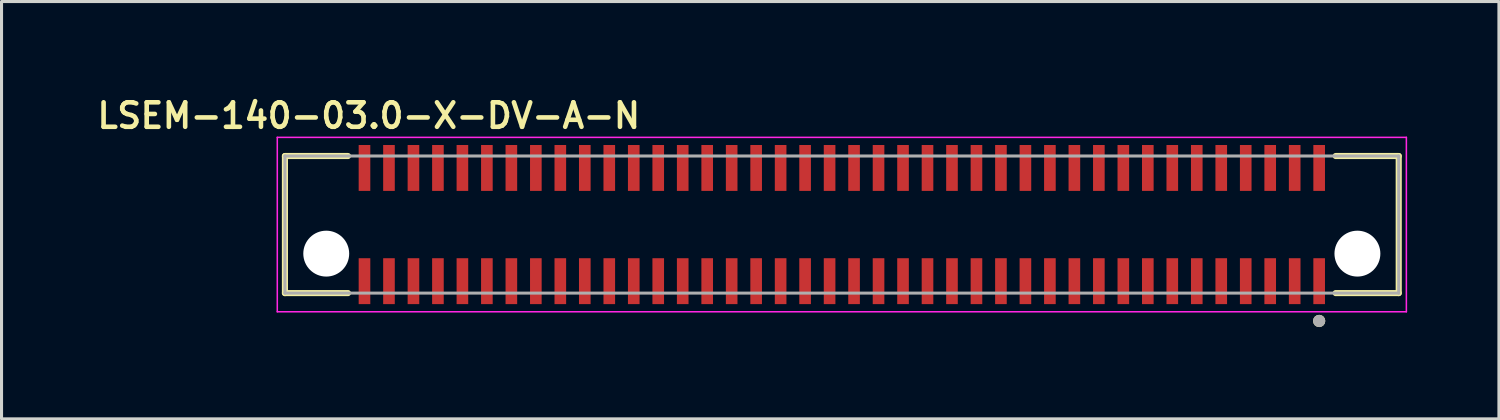
<source format=kicad_pcb>
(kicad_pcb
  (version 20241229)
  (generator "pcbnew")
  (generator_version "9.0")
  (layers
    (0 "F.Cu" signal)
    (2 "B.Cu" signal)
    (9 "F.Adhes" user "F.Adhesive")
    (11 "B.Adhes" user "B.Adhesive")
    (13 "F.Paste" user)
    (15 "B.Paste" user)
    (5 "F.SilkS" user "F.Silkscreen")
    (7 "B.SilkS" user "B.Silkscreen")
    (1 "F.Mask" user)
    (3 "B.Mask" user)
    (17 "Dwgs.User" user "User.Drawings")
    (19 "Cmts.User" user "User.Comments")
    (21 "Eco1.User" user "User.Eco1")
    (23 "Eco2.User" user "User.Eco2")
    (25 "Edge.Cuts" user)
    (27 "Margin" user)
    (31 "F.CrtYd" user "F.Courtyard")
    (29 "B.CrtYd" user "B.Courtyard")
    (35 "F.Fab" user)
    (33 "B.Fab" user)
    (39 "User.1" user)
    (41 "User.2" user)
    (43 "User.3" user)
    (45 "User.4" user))
  (footprint "LSEM-140-03.0-X-DV-A-N"
    (layer "F.Cu")
    (at 24.462 5.239)
    (property "Reference" "LSEM-140-03.0-X-DV-A-N" (at -15.46 -4.508 0) (layer "F.SilkS") (effects (font (size 0.8 0.8) (thickness 0.15))))
    (attr smd)
    (fp_line (start -18.2 -3.19) (end -18.2 1.29) (stroke (width 0.2) (type solid)) (layer "F.SilkS"))
    (fp_line (start -18.2 1.29) (end -16.14 1.29) (stroke (width 0.2) (type solid)) (layer "F.SilkS"))
    (fp_line (start -16.14 -3.19) (end -18.2 -3.19) (stroke (width 0.2) (type solid)) (layer "F.SilkS"))
    (fp_line (start 16.14 -3.19) (end 18.2 -3.19) (stroke (width 0.2) (type solid)) (layer "F.SilkS"))
    (fp_line (start 18.2 -3.19) (end 18.2 1.29) (stroke (width 0.2) (type solid)) (layer "F.SilkS"))
    (fp_line (start 18.2 1.29) (end 16.14 1.29) (stroke (width 0.2) (type solid)) (layer "F.SilkS"))
    (fp_circle (center 15.6 2.2) (end 15.7 2.2) (stroke (width 0.2) (type solid)) (fill no) (layer "F.SilkS"))
    (fp_line (start -18.45 -3.8) (end -18.45 1.9) (stroke (width 0.05) (type solid)) (layer "F.CrtYd"))
    (fp_line (start -18.45 1.9) (end 18.45 1.9) (stroke (width 0.05) (type solid)) (layer "F.CrtYd"))
    (fp_line (start 18.45 -3.8) (end -18.45 -3.8) (stroke (width 0.05) (type solid)) (layer "F.CrtYd"))
    (fp_line (start 18.45 1.9) (end 18.45 -3.8) (stroke (width 0.05) (type solid)) (layer "F.CrtYd"))
    (fp_line (start -18.2 -3.19) (end -18.2 1.29) (stroke (width 0.1) (type solid)) (layer "F.Fab"))
    (fp_line (start -18.2 1.29) (end 18.2 1.29) (stroke (width 0.1) (type solid)) (layer "F.Fab"))
    (fp_line (start 18.2 -3.19) (end -18.2 -3.19) (stroke (width 0.1) (type solid)) (layer "F.Fab"))
    (fp_line (start 18.2 1.29) (end 18.2 -3.19) (stroke (width 0.1) (type solid)) (layer "F.Fab"))
    (fp_circle (center 15.6 2.2) (end 15.7 2.2) (stroke (width 0.2) (type solid)) (fill no) (layer "F.Fab"))
    (pad "" np_thru_hole circle (at -16.85 0) (size 1.5 1.5) (drill 1.5) (layers "*.Cu" "*.Mask"))
    (pad "" np_thru_hole circle (at 16.85 0) (size 1.5 1.5) (drill 1.5) (layers "*.Cu" "*.Mask"))
    (pad "1" smd rect (at 15.6 0.9) (size 0.38 1.5) (layers "F.Cu" "F.Mask" "F.Paste"))
    (pad "2" smd rect (at 15.6 -2.8) (size 0.38 1.5) (layers "F.Cu" "F.Mask" "F.Paste"))
    (pad "3" smd rect (at 14.8 0.9) (size 0.38 1.5) (layers "F.Cu" "F.Mask" "F.Paste"))
    (pad "4" smd rect (at 14.8 -2.8) (size 0.38 1.5) (layers "F.Cu" "F.Mask" "F.Paste"))
    (pad "5" smd rect (at 14 0.9) (size 0.38 1.5) (layers "F.Cu" "F.Mask" "F.Paste"))
    (pad "6" smd rect (at 14 -2.8) (size 0.38 1.5) (layers "F.Cu" "F.Mask" "F.Paste"))
    (pad "7" smd rect (at 13.2 0.9) (size 0.38 1.5) (layers "F.Cu" "F.Mask" "F.Paste"))
    (pad "8" smd rect (at 13.2 -2.8) (size 0.38 1.5) (layers "F.Cu" "F.Mask" "F.Paste"))
    (pad "9" smd rect (at 12.4 0.9) (size 0.38 1.5) (layers "F.Cu" "F.Mask" "F.Paste"))
    (pad "10" smd rect (at 12.4 -2.8) (size 0.38 1.5) (layers "F.Cu" "F.Mask" "F.Paste"))
    (pad "11" smd rect (at 11.6 0.9) (size 0.38 1.5) (layers "F.Cu" "F.Mask" "F.Paste"))
    (pad "12" smd rect (at 11.6 -2.8) (size 0.38 1.5) (layers "F.Cu" "F.Mask" "F.Paste"))
    (pad "13" smd rect (at 10.8 0.9) (size 0.38 1.5) (layers "F.Cu" "F.Mask" "F.Paste"))
    (pad "14" smd rect (at 10.8 -2.8) (size 0.38 1.5) (layers "F.Cu" "F.Mask" "F.Paste"))
    (pad "15" smd rect (at 10 0.9) (size 0.38 1.5) (layers "F.Cu" "F.Mask" "F.Paste"))
    (pad "16" smd rect (at 10 -2.8) (size 0.38 1.5) (layers "F.Cu" "F.Mask" "F.Paste"))
    (pad "17" smd rect (at 9.2 0.9) (size 0.38 1.5) (layers "F.Cu" "F.Mask" "F.Paste"))
    (pad "18" smd rect (at 9.2 -2.8) (size 0.38 1.5) (layers "F.Cu" "F.Mask" "F.Paste"))
    (pad "19" smd rect (at 8.4 0.9) (size 0.38 1.5) (layers "F.Cu" "F.Mask" "F.Paste"))
    (pad "20" smd rect (at 8.4 -2.8) (size 0.38 1.5) (layers "F.Cu" "F.Mask" "F.Paste"))
    (pad "21" smd rect (at 7.6 0.9) (size 0.38 1.5) (layers "F.Cu" "F.Mask" "F.Paste"))
    (pad "22" smd rect (at 7.6 -2.8) (size 0.38 1.5) (layers "F.Cu" "F.Mask" "F.Paste"))
    (pad "23" smd rect (at 6.8 0.9) (size 0.38 1.5) (layers "F.Cu" "F.Mask" "F.Paste"))
    (pad "24" smd rect (at 6.8 -2.8) (size 0.38 1.5) (layers "F.Cu" "F.Mask" "F.Paste"))
    (pad "25" smd rect (at 6 0.9) (size 0.38 1.5) (layers "F.Cu" "F.Mask" "F.Paste"))
    (pad "26" smd rect (at 6 -2.8) (size 0.38 1.5) (layers "F.Cu" "F.Mask" "F.Paste"))
    (pad "27" smd rect (at 5.2 0.9) (size 0.38 1.5) (layers "F.Cu" "F.Mask" "F.Paste"))
    (pad "28" smd rect (at 5.2 -2.8) (size 0.38 1.5) (layers "F.Cu" "F.Mask" "F.Paste"))
    (pad "29" smd rect (at 4.4 0.9) (size 0.38 1.5) (layers "F.Cu" "F.Mask" "F.Paste"))
    (pad "30" smd rect (at 4.4 -2.8) (size 0.38 1.5) (layers "F.Cu" "F.Mask" "F.Paste"))
    (pad "31" smd rect (at 3.6 0.9) (size 0.38 1.5) (layers "F.Cu" "F.Mask" "F.Paste"))
    (pad "32" smd rect (at 3.6 -2.8) (size 0.38 1.5) (layers "F.Cu" "F.Mask" "F.Paste"))
    (pad "33" smd rect (at 2.8 0.9) (size 0.38 1.5) (layers "F.Cu" "F.Mask" "F.Paste"))
    (pad "34" smd rect (at 2.8 -2.8) (size 0.38 1.5) (layers "F.Cu" "F.Mask" "F.Paste"))
    (pad "35" smd rect (at 2 0.9) (size 0.38 1.5) (layers "F.Cu" "F.Mask" "F.Paste"))
    (pad "36" smd rect (at 2 -2.8) (size 0.38 1.5) (layers "F.Cu" "F.Mask" "F.Paste"))
    (pad "37" smd rect (at 1.2 0.9) (size 0.38 1.5) (layers "F.Cu" "F.Mask" "F.Paste"))
    (pad "38" smd rect (at 1.2 -2.8) (size 0.38 1.5) (layers "F.Cu" "F.Mask" "F.Paste"))
    (pad "39" smd rect (at 0.4 0.9) (size 0.38 1.5) (layers "F.Cu" "F.Mask" "F.Paste"))
    (pad "40" smd rect (at 0.4 -2.8) (size 0.38 1.5) (layers "F.Cu" "F.Mask" "F.Paste"))
    (pad "41" smd rect (at -0.4 0.9) (size 0.38 1.5) (layers "F.Cu" "F.Mask" "F.Paste"))
    (pad "42" smd rect (at -0.4 -2.8) (size 0.38 1.5) (layers "F.Cu" "F.Mask" "F.Paste"))
    (pad "43" smd rect (at -1.2 0.9) (size 0.38 1.5) (layers "F.Cu" "F.Mask" "F.Paste"))
    (pad "44" smd rect (at -1.2 -2.8) (size 0.38 1.5) (layers "F.Cu" "F.Mask" "F.Paste"))
    (pad "45" smd rect (at -2 0.9) (size 0.38 1.5) (layers "F.Cu" "F.Mask" "F.Paste"))
    (pad "46" smd rect (at -2 -2.8) (size 0.38 1.5) (layers "F.Cu" "F.Mask" "F.Paste"))
    (pad "47" smd rect (at -2.8 0.9) (size 0.38 1.5) (layers "F.Cu" "F.Mask" "F.Paste"))
    (pad "48" smd rect (at -2.8 -2.8) (size 0.38 1.5) (layers "F.Cu" "F.Mask" "F.Paste"))
    (pad "49" smd rect (at -3.6 0.9) (size 0.38 1.5) (layers "F.Cu" "F.Mask" "F.Paste"))
    (pad "50" smd rect (at -3.6 -2.8) (size 0.38 1.5) (layers "F.Cu" "F.Mask" "F.Paste"))
    (pad "51" smd rect (at -4.4 0.9) (size 0.38 1.5) (layers "F.Cu" "F.Mask" "F.Paste"))
    (pad "52" smd rect (at -4.4 -2.8) (size 0.38 1.5) (layers "F.Cu" "F.Mask" "F.Paste"))
    (pad "53" smd rect (at -5.2 0.9) (size 0.38 1.5) (layers "F.Cu" "F.Mask" "F.Paste"))
    (pad "54" smd rect (at -5.2 -2.8) (size 0.38 1.5) (layers "F.Cu" "F.Mask" "F.Paste"))
    (pad "55" smd rect (at -6 0.9) (size 0.38 1.5) (layers "F.Cu" "F.Mask" "F.Paste"))
    (pad "56" smd rect (at -6 -2.8) (size 0.38 1.5) (layers "F.Cu" "F.Mask" "F.Paste"))
    (pad "57" smd rect (at -6.8 0.9) (size 0.38 1.5) (layers "F.Cu" "F.Mask" "F.Paste"))
    (pad "58" smd rect (at -6.8 -2.8) (size 0.38 1.5) (layers "F.Cu" "F.Mask" "F.Paste"))
    (pad "59" smd rect (at -7.6 0.9) (size 0.38 1.5) (layers "F.Cu" "F.Mask" "F.Paste"))
    (pad "60" smd rect (at -7.6 -2.8) (size 0.38 1.5) (layers "F.Cu" "F.Mask" "F.Paste"))
    (pad "61" smd rect (at -8.4 0.9) (size 0.38 1.5) (layers "F.Cu" "F.Mask" "F.Paste"))
    (pad "62" smd rect (at -8.4 -2.8) (size 0.38 1.5) (layers "F.Cu" "F.Mask" "F.Paste"))
    (pad "63" smd rect (at -9.2 0.9) (size 0.38 1.5) (layers "F.Cu" "F.Mask" "F.Paste"))
    (pad "64" smd rect (at -9.2 -2.8) (size 0.38 1.5) (layers "F.Cu" "F.Mask" "F.Paste"))
    (pad "65" smd rect (at -10 0.9) (size 0.38 1.5) (layers "F.Cu" "F.Mask" "F.Paste"))
    (pad "66" smd rect (at -10 -2.8) (size 0.38 1.5) (layers "F.Cu" "F.Mask" "F.Paste"))
    (pad "67" smd rect (at -10.8 0.9) (size 0.38 1.5) (layers "F.Cu" "F.Mask" "F.Paste"))
    (pad "68" smd rect (at -10.8 -2.8) (size 0.38 1.5) (layers "F.Cu" "F.Mask" "F.Paste"))
    (pad "69" smd rect (at -11.6 0.9) (size 0.38 1.5) (layers "F.Cu" "F.Mask" "F.Paste"))
    (pad "70" smd rect (at -11.6 -2.8) (size 0.38 1.5) (layers "F.Cu" "F.Mask" "F.Paste"))
    (pad "71" smd rect (at -12.4 0.9) (size 0.38 1.5) (layers "F.Cu" "F.Mask" "F.Paste"))
    (pad "72" smd rect (at -12.4 -2.8) (size 0.38 1.5) (layers "F.Cu" "F.Mask" "F.Paste"))
    (pad "73" smd rect (at -13.2 0.9) (size 0.38 1.5) (layers "F.Cu" "F.Mask" "F.Paste"))
    (pad "74" smd rect (at -13.2 -2.8) (size 0.38 1.5) (layers "F.Cu" "F.Mask" "F.Paste"))
    (pad "75" smd rect (at -14 0.9) (size 0.38 1.5) (layers "F.Cu" "F.Mask" "F.Paste"))
    (pad "76" smd rect (at -14 -2.8) (size 0.38 1.5) (layers "F.Cu" "F.Mask" "F.Paste"))
    (pad "77" smd rect (at -14.8 0.9) (size 0.38 1.5) (layers "F.Cu" "F.Mask" "F.Paste"))
    (pad "78" smd rect (at -14.8 -2.8) (size 0.38 1.5) (layers "F.Cu" "F.Mask" "F.Paste"))
    (pad "79" smd rect (at -15.6 0.9) (size 0.38 1.5) (layers "F.Cu" "F.Mask" "F.Paste"))
    (pad "80" smd rect (at -15.6 -2.8) (size 0.38 1.5) (layers "F.Cu" "F.Mask" "F.Paste")))
  (gr_rect
    (start -3 -3)
    (end 45.937 10.639)
    (stroke (width 0.1) (type default))
    (fill no)
    (layer "Edge.Cuts")))
</source>
